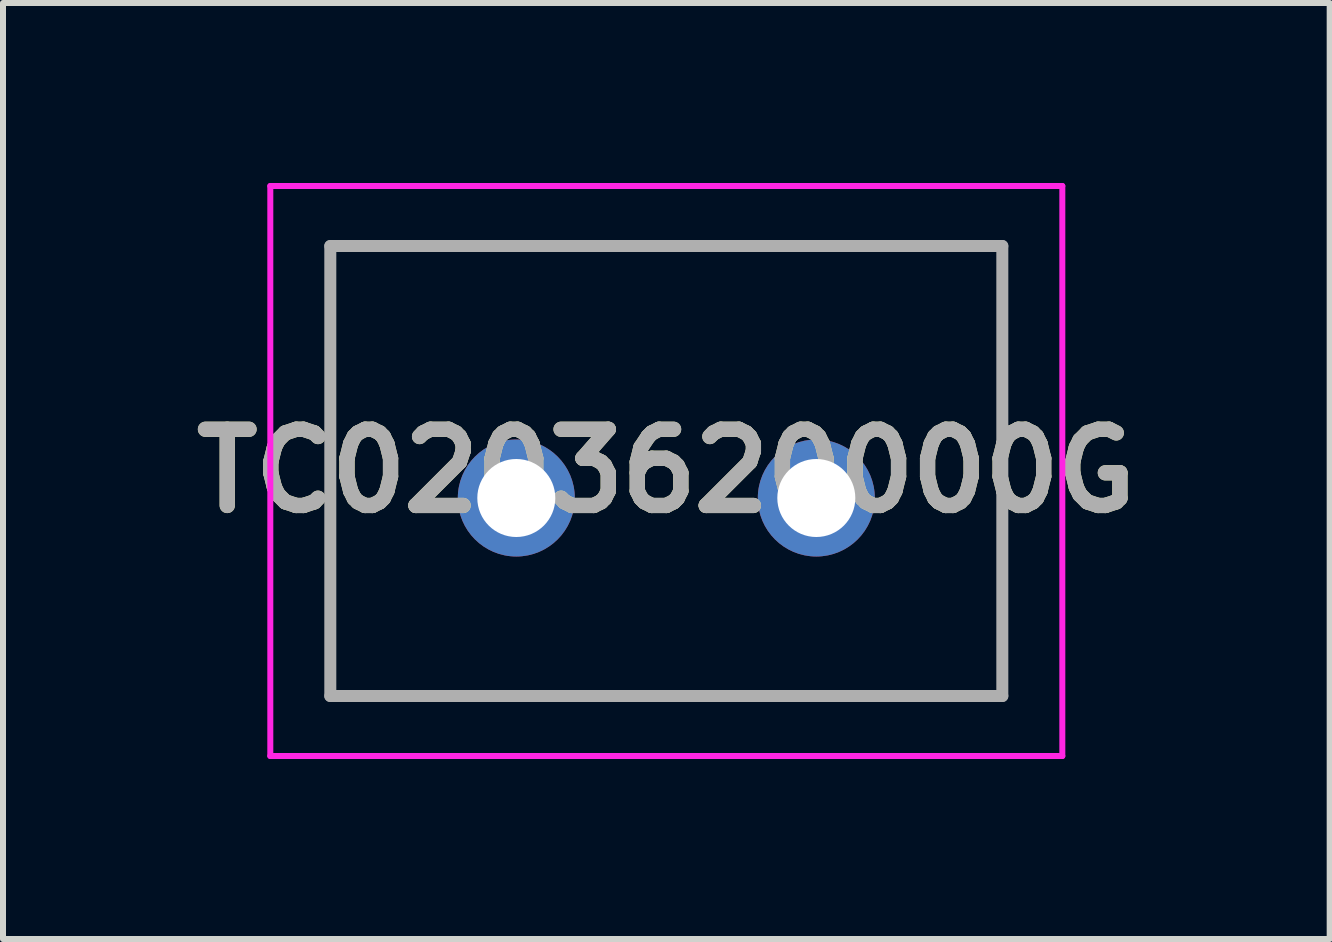
<source format=kicad_pcb>
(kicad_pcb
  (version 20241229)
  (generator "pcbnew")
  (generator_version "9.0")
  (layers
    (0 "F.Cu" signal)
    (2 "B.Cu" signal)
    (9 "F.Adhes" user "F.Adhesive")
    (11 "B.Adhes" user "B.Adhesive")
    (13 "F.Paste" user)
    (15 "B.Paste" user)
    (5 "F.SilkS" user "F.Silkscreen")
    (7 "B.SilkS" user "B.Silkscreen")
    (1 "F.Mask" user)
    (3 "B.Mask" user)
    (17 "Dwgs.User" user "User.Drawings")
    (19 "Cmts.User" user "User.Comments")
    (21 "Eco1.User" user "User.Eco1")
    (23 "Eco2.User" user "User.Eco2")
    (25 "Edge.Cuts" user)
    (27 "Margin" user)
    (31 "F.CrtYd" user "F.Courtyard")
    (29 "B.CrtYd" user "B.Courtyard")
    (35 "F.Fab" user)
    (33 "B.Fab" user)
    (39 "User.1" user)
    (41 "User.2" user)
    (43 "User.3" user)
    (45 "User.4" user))
  (footprint "TC0203620000G"
    (layer "F.Cu")
    (at 5.555 5.25)
    (property "Reference" "TC0203620000G" (at 2.5 -0.45 0) (layer "F.SilkS") (effects (font (size 1.27 1.27) (thickness 0.254))))
    (attr through_hole)
    (fp_line (start -3.1 -4.2) (end 8.1 -4.2) (stroke (width 0.1) (type solid)) (layer "F.SilkS"))
    (fp_line (start -3.1 3.3) (end -3.1 -4.2) (stroke (width 0.1) (type solid)) (layer "F.SilkS"))
    (fp_line (start 8.1 -4.2) (end 8.1 3.3) (stroke (width 0.1) (type solid)) (layer "F.SilkS"))
    (fp_line (start 8.1 3.3) (end -3.1 3.3) (stroke (width 0.1) (type solid)) (layer "F.SilkS"))
    (fp_line (start -4.1 -5.2) (end 9.1 -5.2) (stroke (width 0.1) (type solid)) (layer "F.CrtYd"))
    (fp_line (start -4.1 4.3) (end -4.1 -5.2) (stroke (width 0.1) (type solid)) (layer "F.CrtYd"))
    (fp_line (start 9.1 -5.2) (end 9.1 4.3) (stroke (width 0.1) (type solid)) (layer "F.CrtYd"))
    (fp_line (start 9.1 4.3) (end -4.1 4.3) (stroke (width 0.1) (type solid)) (layer "F.CrtYd"))
    (fp_line (start -3.1 -4.2) (end 8.1 -4.2) (stroke (width 0.2) (type solid)) (layer "F.Fab"))
    (fp_line (start -3.1 3.3) (end -3.1 -4.2) (stroke (width 0.2) (type solid)) (layer "F.Fab"))
    (fp_line (start 8.1 -4.2) (end 8.1 3.3) (stroke (width 0.2) (type solid)) (layer "F.Fab"))
    (fp_line (start 8.1 3.3) (end -3.1 3.3) (stroke (width 0.2) (type solid)) (layer "F.Fab"))
    (fp_text user "${REFERENCE}" (at 2.5 -0.45 0) (layer "F.Fab") (effects (font (size 1.27 1.27) (thickness 0.254))))
    (pad "1" thru_hole circle (at 0 0) (size 1.95 1.95) (drill 1.3) (layers "*.Cu" "*.Mask"))
    (pad "2" thru_hole circle (at 5 0) (size 1.95 1.95) (drill 1.3) (layers "*.Cu" "*.Mask")))
  (gr_rect
    (start -3 -3)
    (end 19.111 12.6)
    (stroke (width 0.1) (type default))
    (fill no)
    (layer "Edge.Cuts")))
</source>
